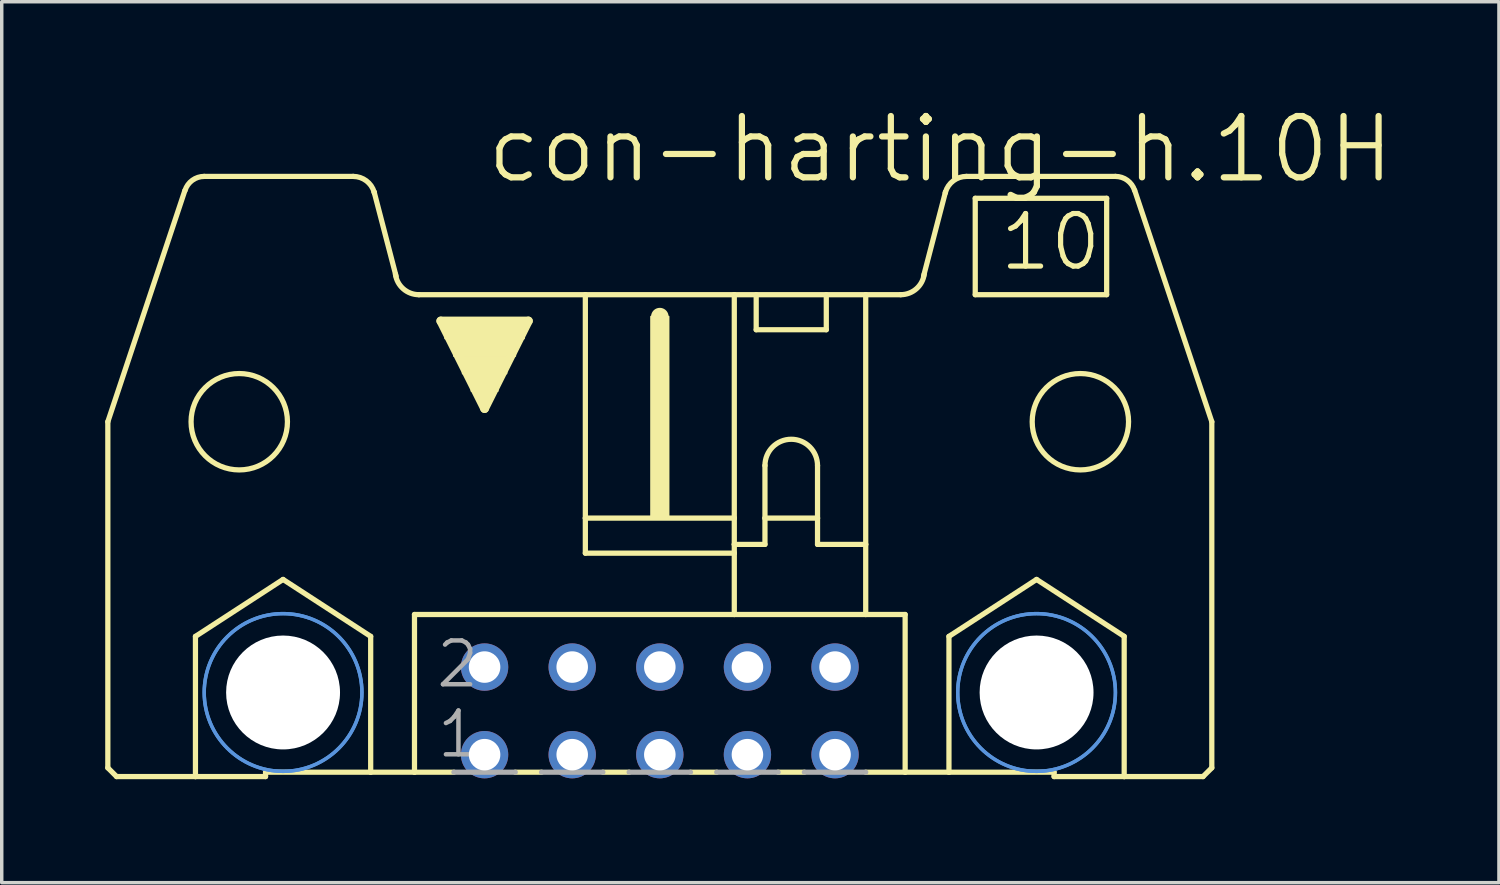
<source format=kicad_pcb>
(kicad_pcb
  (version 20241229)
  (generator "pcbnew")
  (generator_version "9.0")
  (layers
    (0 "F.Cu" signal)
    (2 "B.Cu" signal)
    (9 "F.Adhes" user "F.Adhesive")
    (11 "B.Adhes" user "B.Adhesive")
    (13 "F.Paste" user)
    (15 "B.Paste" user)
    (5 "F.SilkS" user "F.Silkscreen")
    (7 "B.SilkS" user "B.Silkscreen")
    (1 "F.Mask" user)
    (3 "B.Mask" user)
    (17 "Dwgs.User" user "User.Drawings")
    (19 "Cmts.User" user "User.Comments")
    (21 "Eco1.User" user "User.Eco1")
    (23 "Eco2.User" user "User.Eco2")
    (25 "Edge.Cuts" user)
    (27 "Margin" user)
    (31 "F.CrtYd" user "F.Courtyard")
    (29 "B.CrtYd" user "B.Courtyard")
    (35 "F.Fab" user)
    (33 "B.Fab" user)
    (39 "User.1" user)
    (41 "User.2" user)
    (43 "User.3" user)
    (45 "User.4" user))
  (footprint "con-harting-h.10H"
    (layer "F.Cu")
    (at 16.078 17.558)
    (property "Reference" "con-harting-h.10H" (at -5.105 -15.24 0) (layer "F.SilkS") (effects (font (size 1.778 1.778) (thickness 0.18)) (justify left bottom)))
    (attr through_hole)
    (fp_line (start -16.002 1.651) (end -16.002 -8.382) (stroke (width 0.152) (type default)) (layer "F.SilkS"))
    (fp_line (start -16.002 1.651) (end -15.748 1.905) (stroke (width 0.152) (type default)) (layer "F.SilkS"))
    (fp_line (start -15.748 1.905) (end -13.462 1.905) (stroke (width 0.152) (type default)) (layer "F.SilkS"))
    (fp_line (start -13.767 -15.088) (end -16.002 -8.382) (stroke (width 0.152) (type default)) (layer "F.SilkS"))
    (fp_line (start -13.462 -2.159) (end -10.922 -3.81) (stroke (width 0.152) (type default)) (layer "F.SilkS"))
    (fp_line (start -13.462 1.905) (end -13.462 -2.159) (stroke (width 0.152) (type default)) (layer "F.SilkS"))
    (fp_line (start -13.462 1.905) (end -11.43 1.905) (stroke (width 0.152) (type default)) (layer "F.SilkS"))
    (fp_line (start -11.43 1.778) (end -11.43 1.905) (stroke (width 0.152) (type default)) (layer "F.SilkS"))
    (fp_line (start -11.43 1.778) (end -8.382 1.778) (stroke (width 0.152) (type default)) (layer "F.SilkS"))
    (fp_line (start -10.922 -3.81) (end -8.382 -2.159) (stroke (width 0.152) (type default)) (layer "F.SilkS"))
    (fp_line (start -8.89 -15.494) (end -13.208 -15.494) (stroke (width 0.152) (type default)) (layer "F.SilkS"))
    (fp_line (start -8.382 1.778) (end -8.382 -2.159) (stroke (width 0.152) (type default)) (layer "F.SilkS"))
    (fp_line (start -8.382 1.778) (end -7.112 1.778) (stroke (width 0.152) (type default)) (layer "F.SilkS"))
    (fp_line (start -7.645 -12.598) (end -8.28 -15.037) (stroke (width 0.152) (type default)) (layer "F.SilkS"))
    (fp_line (start -7.112 -2.794) (end -7.112 1.778) (stroke (width 0.152) (type default)) (layer "F.SilkS"))
    (fp_line (start -7.112 1.778) (end -5.969 1.778) (stroke (width 0.152) (type default)) (layer "F.SilkS"))
    (fp_line (start -6.985 -12.065) (end -2.159 -12.065) (stroke (width 0.152) (type default)) (layer "F.SilkS"))
    (fp_line (start -6.35 -11.303) (end -3.81 -11.303) (stroke (width 0.254) (type default)) (layer "F.SilkS"))
    (fp_line (start -5.08 -8.763) (end -6.35 -11.303) (stroke (width 0.254) (type default)) (layer "F.SilkS"))
    (fp_line (start -4.191 1.778) (end -3.429 1.778) (stroke (width 0.152) (type default)) (layer "F.SilkS"))
    (fp_line (start -3.81 -11.303) (end -5.08 -8.763) (stroke (width 0.254) (type default)) (layer "F.SilkS"))
    (fp_line (start -2.159 -12.065) (end -2.159 -5.588) (stroke (width 0.152) (type default)) (layer "F.SilkS"))
    (fp_line (start -2.159 -12.065) (end 2.159 -12.065) (stroke (width 0.152) (type default)) (layer "F.SilkS"))
    (fp_line (start -2.159 -5.588) (end -2.159 -4.572) (stroke (width 0.152) (type default)) (layer "F.SilkS"))
    (fp_line (start -1.651 1.778) (end -0.889 1.778) (stroke (width 0.152) (type default)) (layer "F.SilkS"))
    (fp_line (start 0 -11.176) (end 0 -11.43) (stroke (width 0.508) (type default)) (layer "F.SilkS"))
    (fp_line (start 0.889 1.778) (end 1.651 1.778) (stroke (width 0.152) (type default)) (layer "F.SilkS"))
    (fp_line (start 2.159 -12.065) (end 2.159 -5.588) (stroke (width 0.152) (type default)) (layer "F.SilkS"))
    (fp_line (start 2.159 -12.065) (end 5.969 -12.065) (stroke (width 0.152) (type default)) (layer "F.SilkS"))
    (fp_line (start 2.159 -5.588) (end -2.159 -5.588) (stroke (width 0.152) (type default)) (layer "F.SilkS"))
    (fp_line (start 2.159 -5.588) (end 2.159 -4.826) (stroke (width 0.152) (type default)) (layer "F.SilkS"))
    (fp_line (start 2.159 -4.826) (end 2.159 -4.572) (stroke (width 0.152) (type default)) (layer "F.SilkS"))
    (fp_line (start 2.159 -4.826) (end 3.048 -4.826) (stroke (width 0.152) (type default)) (layer "F.SilkS"))
    (fp_line (start 2.159 -4.572) (end -2.159 -4.572) (stroke (width 0.152) (type default)) (layer "F.SilkS"))
    (fp_line (start 2.159 -4.572) (end 2.159 -2.794) (stroke (width 0.152) (type default)) (layer "F.SilkS"))
    (fp_line (start 2.159 -2.794) (end -7.112 -2.794) (stroke (width 0.152) (type default)) (layer "F.SilkS"))
    (fp_line (start 2.794 -11.049) (end 2.794 -12.065) (stroke (width 0.152) (type default)) (layer "F.SilkS"))
    (fp_line (start 2.794 -11.049) (end 4.826 -11.049) (stroke (width 0.152) (type default)) (layer "F.SilkS"))
    (fp_line (start 3.048 -7.112) (end 3.048 -5.588) (stroke (width 0.152) (type default)) (layer "F.SilkS"))
    (fp_line (start 3.048 -5.588) (end 3.048 -4.826) (stroke (width 0.152) (type default)) (layer "F.SilkS"))
    (fp_line (start 3.048 -5.588) (end 4.572 -5.588) (stroke (width 0.152) (type default)) (layer "F.SilkS"))
    (fp_line (start 3.429 1.778) (end 4.191 1.778) (stroke (width 0.152) (type default)) (layer "F.SilkS"))
    (fp_line (start 4.572 -7.112) (end 4.572 -5.588) (stroke (width 0.152) (type default)) (layer "F.SilkS"))
    (fp_line (start 4.572 -5.588) (end 4.572 -4.826) (stroke (width 0.152) (type default)) (layer "F.SilkS"))
    (fp_line (start 4.572 -4.826) (end 5.969 -4.826) (stroke (width 0.152) (type default)) (layer "F.SilkS"))
    (fp_line (start 4.826 -12.065) (end 4.826 -11.049) (stroke (width 0.152) (type default)) (layer "F.SilkS"))
    (fp_line (start 5.969 -12.065) (end 6.985 -12.065) (stroke (width 0.152) (type default)) (layer "F.SilkS"))
    (fp_line (start 5.969 -4.826) (end 5.969 -12.065) (stroke (width 0.152) (type default)) (layer "F.SilkS"))
    (fp_line (start 5.969 -4.826) (end 5.969 -2.794) (stroke (width 0.152) (type default)) (layer "F.SilkS"))
    (fp_line (start 5.969 -2.794) (end 2.159 -2.794) (stroke (width 0.152) (type default)) (layer "F.SilkS"))
    (fp_line (start 7.112 -2.794) (end 5.969 -2.794) (stroke (width 0.152) (type default)) (layer "F.SilkS"))
    (fp_line (start 7.112 -2.794) (end 7.112 1.778) (stroke (width 0.152) (type default)) (layer "F.SilkS"))
    (fp_line (start 7.112 1.778) (end 5.969 1.778) (stroke (width 0.152) (type default)) (layer "F.SilkS"))
    (fp_line (start 7.645 -12.598) (end 8.28 -15.037) (stroke (width 0.152) (type default)) (layer "F.SilkS"))
    (fp_line (start 8.382 -2.159) (end 10.922 -3.81) (stroke (width 0.152) (type default)) (layer "F.SilkS"))
    (fp_line (start 8.382 1.778) (end 7.112 1.778) (stroke (width 0.152) (type default)) (layer "F.SilkS"))
    (fp_line (start 8.382 1.778) (end 8.382 -2.159) (stroke (width 0.152) (type default)) (layer "F.SilkS"))
    (fp_line (start 8.89 -15.494) (end 13.208 -15.494) (stroke (width 0.152) (type default)) (layer "F.SilkS"))
    (fp_line (start 9.144 -14.859) (end 9.144 -12.065) (stroke (width 0.152) (type default)) (layer "F.SilkS"))
    (fp_line (start 9.144 -12.065) (end 12.954 -12.065) (stroke (width 0.152) (type default)) (layer "F.SilkS"))
    (fp_line (start 10.922 -3.81) (end 13.462 -2.159) (stroke (width 0.152) (type default)) (layer "F.SilkS"))
    (fp_line (start 11.43 1.778) (end 8.382 1.778) (stroke (width 0.152) (type default)) (layer "F.SilkS"))
    (fp_line (start 11.43 1.778) (end 11.43 1.905) (stroke (width 0.152) (type default)) (layer "F.SilkS"))
    (fp_line (start 12.954 -14.859) (end 9.144 -14.859) (stroke (width 0.152) (type default)) (layer "F.SilkS"))
    (fp_line (start 12.954 -14.859) (end 12.954 -12.065) (stroke (width 0.152) (type default)) (layer "F.SilkS"))
    (fp_line (start 13.462 1.905) (end 11.43 1.905) (stroke (width 0.152) (type default)) (layer "F.SilkS"))
    (fp_line (start 13.462 1.905) (end 13.462 -2.159) (stroke (width 0.152) (type default)) (layer "F.SilkS"))
    (fp_line (start 13.767 -15.088) (end 16.002 -8.382) (stroke (width 0.152) (type default)) (layer "F.SilkS"))
    (fp_line (start 15.748 1.905) (end 13.462 1.905) (stroke (width 0.152) (type default)) (layer "F.SilkS"))
    (fp_line (start 16.002 1.651) (end 15.748 1.905) (stroke (width 0.152) (type default)) (layer "F.SilkS"))
    (fp_line (start 16.002 1.651) (end 16.002 -8.382) (stroke (width 0.152) (type default)) (layer "F.SilkS"))
    (fp_rect (start -6.223 -10.795) (end -3.937 -11.303) (stroke (width 0.05) (type default)) (fill yes) (layer "F.SilkS"))
    (fp_rect (start -5.969 -10.287) (end -4.191 -10.795) (stroke (width 0.05) (type default)) (fill yes) (layer "F.SilkS"))
    (fp_rect (start -5.715 -9.779) (end -4.445 -10.287) (stroke (width 0.05) (type default)) (fill yes) (layer "F.SilkS"))
    (fp_rect (start -5.461 -9.271) (end -4.699 -9.779) (stroke (width 0.05) (type default)) (fill yes) (layer "F.SilkS"))
    (fp_rect (start -5.207 -9.017) (end -4.953 -9.271) (stroke (width 0.05) (type default)) (fill yes) (layer "F.SilkS"))
    (fp_rect (start -0.254 -5.588) (end 0.254 -11.43) (stroke (width 0.05) (type default)) (fill yes) (layer "F.SilkS"))
    (fp_arc (start -13.7644 -15.0878) (mid -13.552454 -15.38168) (end -13.208 -15.4941) (stroke (width 0.1524) (type default)) (layer "F.SilkS"))
    (fp_arc (start -8.89 -15.494) (mid -8.509 -15.367) (end -8.2804 -15.0368) (stroke (width 0.1524) (type default)) (layer "F.SilkS"))
    (fp_arc (start -8.2804 -15.0368) (mid -8.277084 -15.024931) (end -8.274 -15.013) (stroke (width 0.1524) (type default)) (layer "F.SilkS"))
    (fp_arc (start -6.985 -12.065) (mid -7.436774 -12.234824) (end -7.6648 -12.6602) (stroke (width 0.1524) (type default)) (layer "F.SilkS"))
    (fp_arc (start 3.048 -7.112) (mid 3.81 -7.874) (end 4.572 -7.112) (stroke (width 0.1524) (type default)) (layer "F.SilkS"))
    (fp_arc (start 7.6648 -12.6602) (mid 7.436774 -12.234824) (end 6.985 -12.065) (stroke (width 0.1524) (type default)) (layer "F.SilkS"))
    (fp_arc (start 8.274 -15.013) (mid 8.277084 -15.024931) (end 8.2804 -15.0368) (stroke (width 0.1524) (type default)) (layer "F.SilkS"))
    (fp_arc (start 8.2804 -15.0368) (mid 8.509 -15.367) (end 8.89 -15.494) (stroke (width 0.1524) (type default)) (layer "F.SilkS"))
    (fp_arc (start 13.208 -15.494) (mid 13.552385 -15.38161) (end 13.7643 -15.0878) (stroke (width 0.1524) (type default)) (layer "F.SilkS"))
    (fp_circle (center -12.192 -8.382) (end -10.795 -8.382) (stroke (width 0.152) (type default)) (fill no) (layer "F.SilkS"))
    (fp_circle (center -10.922 -0.533) (end -9.601 -0.533) (stroke (width 0.152) (type default)) (fill no) (layer "F.SilkS"))
    (fp_circle (center 10.922 -0.533) (end 12.243 -0.533) (stroke (width 0.152) (type default)) (fill no) (layer "F.SilkS"))
    (fp_circle (center 12.192 -8.382) (end 13.589 -8.382) (stroke (width 0.152) (type default)) (fill no) (layer "F.SilkS"))
    (fp_circle (center -10.922 -0.533) (end -8.636 -0.533) (stroke (width 0.1) (type default)) (fill no) (layer "Cmts.User"))
    (fp_circle (center -10.922 -0.533) (end -8.636 -0.533) (stroke (width 0.1) (type default)) (fill no) (layer "Cmts.User"))
    (fp_circle (center 10.922 -0.533) (end 13.208 -0.533) (stroke (width 0.1) (type default)) (fill no) (layer "Cmts.User"))
    (fp_circle (center 10.922 -0.533) (end 13.208 -0.533) (stroke (width 0.1) (type default)) (fill no) (layer "Cmts.User"))
    (fp_line (start -5.969 1.778) (end -4.191 1.778) (stroke (width 0.152) (type default)) (layer "F.Fab"))
    (fp_line (start -3.429 1.778) (end -1.651 1.778) (stroke (width 0.152) (type default)) (layer "F.Fab"))
    (fp_line (start -0.889 1.778) (end 0.889 1.778) (stroke (width 0.152) (type default)) (layer "F.Fab"))
    (fp_line (start 1.651 1.778) (end 3.429 1.778) (stroke (width 0.152) (type default)) (layer "F.Fab"))
    (fp_line (start 5.969 1.778) (end 4.191 1.778) (stroke (width 0.152) (type default)) (layer "F.Fab"))
    (fp_text user "10" (at 9.779 -12.7 0) (layer "F.SilkS") (effects (font (size 1.524 1.524) (thickness 0.15)) (justify left bottom)))
    (fp_text user "2" (at -6.553 -0.61 0) (layer "F.Fab") (effects (font (size 1.27 1.27) (thickness 0.13)) (justify left bottom)))
    (fp_text user "1" (at -6.528 1.422 0) (layer "F.Fab") (effects (font (size 1.27 1.27) (thickness 0.13)) (justify left bottom)))
    (pad "" np_thru_hole circle (at -10.922 -0.533) (size 3.302 3.302) (drill 3.302) (layers "*.Cu" "*.Mask"))
    (pad "" np_thru_hole circle (at 10.922 -0.533) (size 3.302 3.302) (drill 3.302) (layers "*.Cu" "*.Mask"))
    (pad "1" thru_hole circle (at -5.08 1.27) (size 1.372 1.372) (drill 0.914) (layers "*.Cu" "*.Mask"))
    (pad "2" thru_hole circle (at -5.08 -1.27) (size 1.372 1.372) (drill 0.914) (layers "*.Cu" "*.Mask"))
    (pad "3" thru_hole circle (at -2.54 1.27) (size 1.372 1.372) (drill 0.914) (layers "*.Cu" "*.Mask"))
    (pad "4" thru_hole circle (at -2.54 -1.27) (size 1.372 1.372) (drill 0.914) (layers "*.Cu" "*.Mask"))
    (pad "5" thru_hole circle (at 0 1.27) (size 1.372 1.372) (drill 0.914) (layers "*.Cu" "*.Mask"))
    (pad "6" thru_hole circle (at 0 -1.27) (size 1.372 1.372) (drill 0.914) (layers "*.Cu" "*.Mask"))
    (pad "7" thru_hole circle (at 2.54 1.27) (size 1.372 1.372) (drill 0.914) (layers "*.Cu" "*.Mask"))
    (pad "8" thru_hole circle (at 2.54 -1.27) (size 1.372 1.372) (drill 0.914) (layers "*.Cu" "*.Mask"))
    (pad "9" thru_hole circle (at 5.08 1.27) (size 1.372 1.372) (drill 0.914) (layers "*.Cu" "*.Mask"))
    (pad "10" thru_hole circle (at 5.08 -1.27) (size 1.372 1.372) (drill 0.914) (layers "*.Cu" "*.Mask")))
  (gr_rect
    (start -3 -3)
    (end 40.404 22.539)
    (stroke (width 0.1) (type default))
    (fill no)
    (layer "Edge.Cuts")))
</source>
